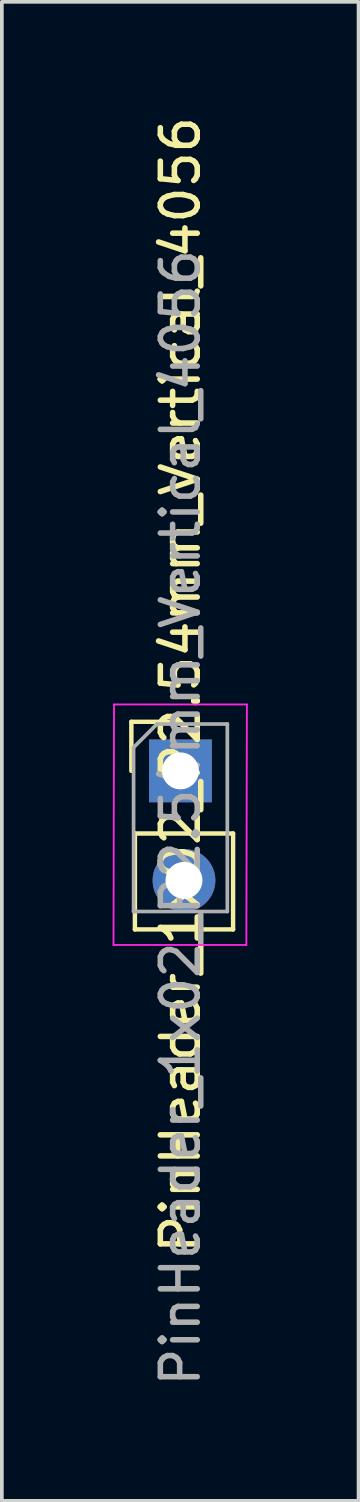
<source format=kicad_pcb>
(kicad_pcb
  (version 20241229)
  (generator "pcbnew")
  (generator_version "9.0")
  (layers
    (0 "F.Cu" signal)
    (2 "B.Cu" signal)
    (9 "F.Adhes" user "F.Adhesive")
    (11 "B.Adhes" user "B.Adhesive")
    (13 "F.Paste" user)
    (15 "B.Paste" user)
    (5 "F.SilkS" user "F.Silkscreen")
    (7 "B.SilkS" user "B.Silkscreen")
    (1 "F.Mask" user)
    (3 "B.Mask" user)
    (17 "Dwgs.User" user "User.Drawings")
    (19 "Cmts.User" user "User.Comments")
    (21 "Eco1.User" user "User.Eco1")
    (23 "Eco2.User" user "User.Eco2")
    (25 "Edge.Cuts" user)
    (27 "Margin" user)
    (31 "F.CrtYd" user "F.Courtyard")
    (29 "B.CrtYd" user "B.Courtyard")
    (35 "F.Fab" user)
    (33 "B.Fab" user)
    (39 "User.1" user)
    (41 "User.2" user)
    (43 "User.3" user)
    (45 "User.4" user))
  (footprint "PinHeader_1x02_P2.54mm_Vertical_4056"
    (layer "F.Cu")
    (at 1.839 17.836)
    (property "Reference" "PinHeader_1x02_P2.54mm_Vertical_4056" (at 0 -2.33 90) (layer "F.SilkS") (effects (font (size 1 1) (thickness 0.15))))
    (attr through_hole)
    (fp_line (start -1.33 -1.33) (end 0 -1.33) (stroke (width 0.12) (type solid)) (layer "F.SilkS"))
    (fp_line (start -1.33 0) (end -1.33 -1.33) (stroke (width 0.12) (type solid)) (layer "F.SilkS"))
    (fp_line (start -1.234 1.696) (end -1.234 4.295) (stroke (width 0.12) (type solid)) (layer "F.SilkS"))
    (fp_line (start -1.234 1.696) (end 1.426 1.696) (stroke (width 0.12) (type solid)) (layer "F.SilkS"))
    (fp_line (start -1.234 4.295) (end 1.426 4.295) (stroke (width 0.12) (type solid)) (layer "F.SilkS"))
    (fp_line (start 1.426 1.696) (end 1.426 4.295) (stroke (width 0.12) (type solid)) (layer "F.SilkS"))
    (fp_line (start -1.814 4.716) (end 1.786 4.716) (stroke (width 0.05) (type solid)) (layer "F.CrtYd"))
    (fp_line (start -1.8 -1.8) (end -1.814 4.716) (stroke (width 0.05) (type solid)) (layer "F.CrtYd"))
    (fp_line (start 1.786 4.716) (end 1.8 -1.8) (stroke (width 0.05) (type solid)) (layer "F.CrtYd"))
    (fp_line (start 1.8 -1.8) (end -1.8 -1.8) (stroke (width 0.05) (type solid)) (layer "F.CrtYd"))
    (fp_line (start -1.27 -0.635) (end -0.635 -1.27) (stroke (width 0.1) (type solid)) (layer "F.Fab"))
    (fp_line (start -1.27 3.81) (end -1.27 -0.635) (stroke (width 0.1) (type solid)) (layer "F.Fab"))
    (fp_line (start -0.635 -1.27) (end 1.27 -1.27) (stroke (width 0.1) (type solid)) (layer "F.Fab"))
    (fp_line (start 1.27 -1.27) (end 1.27 3.81) (stroke (width 0.1) (type solid)) (layer "F.Fab"))
    (fp_line (start 1.27 3.81) (end -1.27 3.81) (stroke (width 0.1) (type solid)) (layer "F.Fab"))
    (fp_text user "${REFERENCE}" (at 0 1.27 90) (layer "F.Fab") (effects (font (size 1 1) (thickness 0.15))))
    (pad "1" thru_hole rect (at 0 0) (size 1.7 1.7) (drill 1) (layers "*.Cu" "*.Mask"))
    (pad "2" thru_hole oval (at 0.096 2.966) (size 1.7 1.7) (drill 1) (layers "*.Cu" "*.Mask")))
  (gr_rect
    (start -3 -3)
    (end 6.664 37.612)
    (stroke (width 0.1) (type default))
    (fill no)
    (layer "Edge.Cuts")))
</source>
